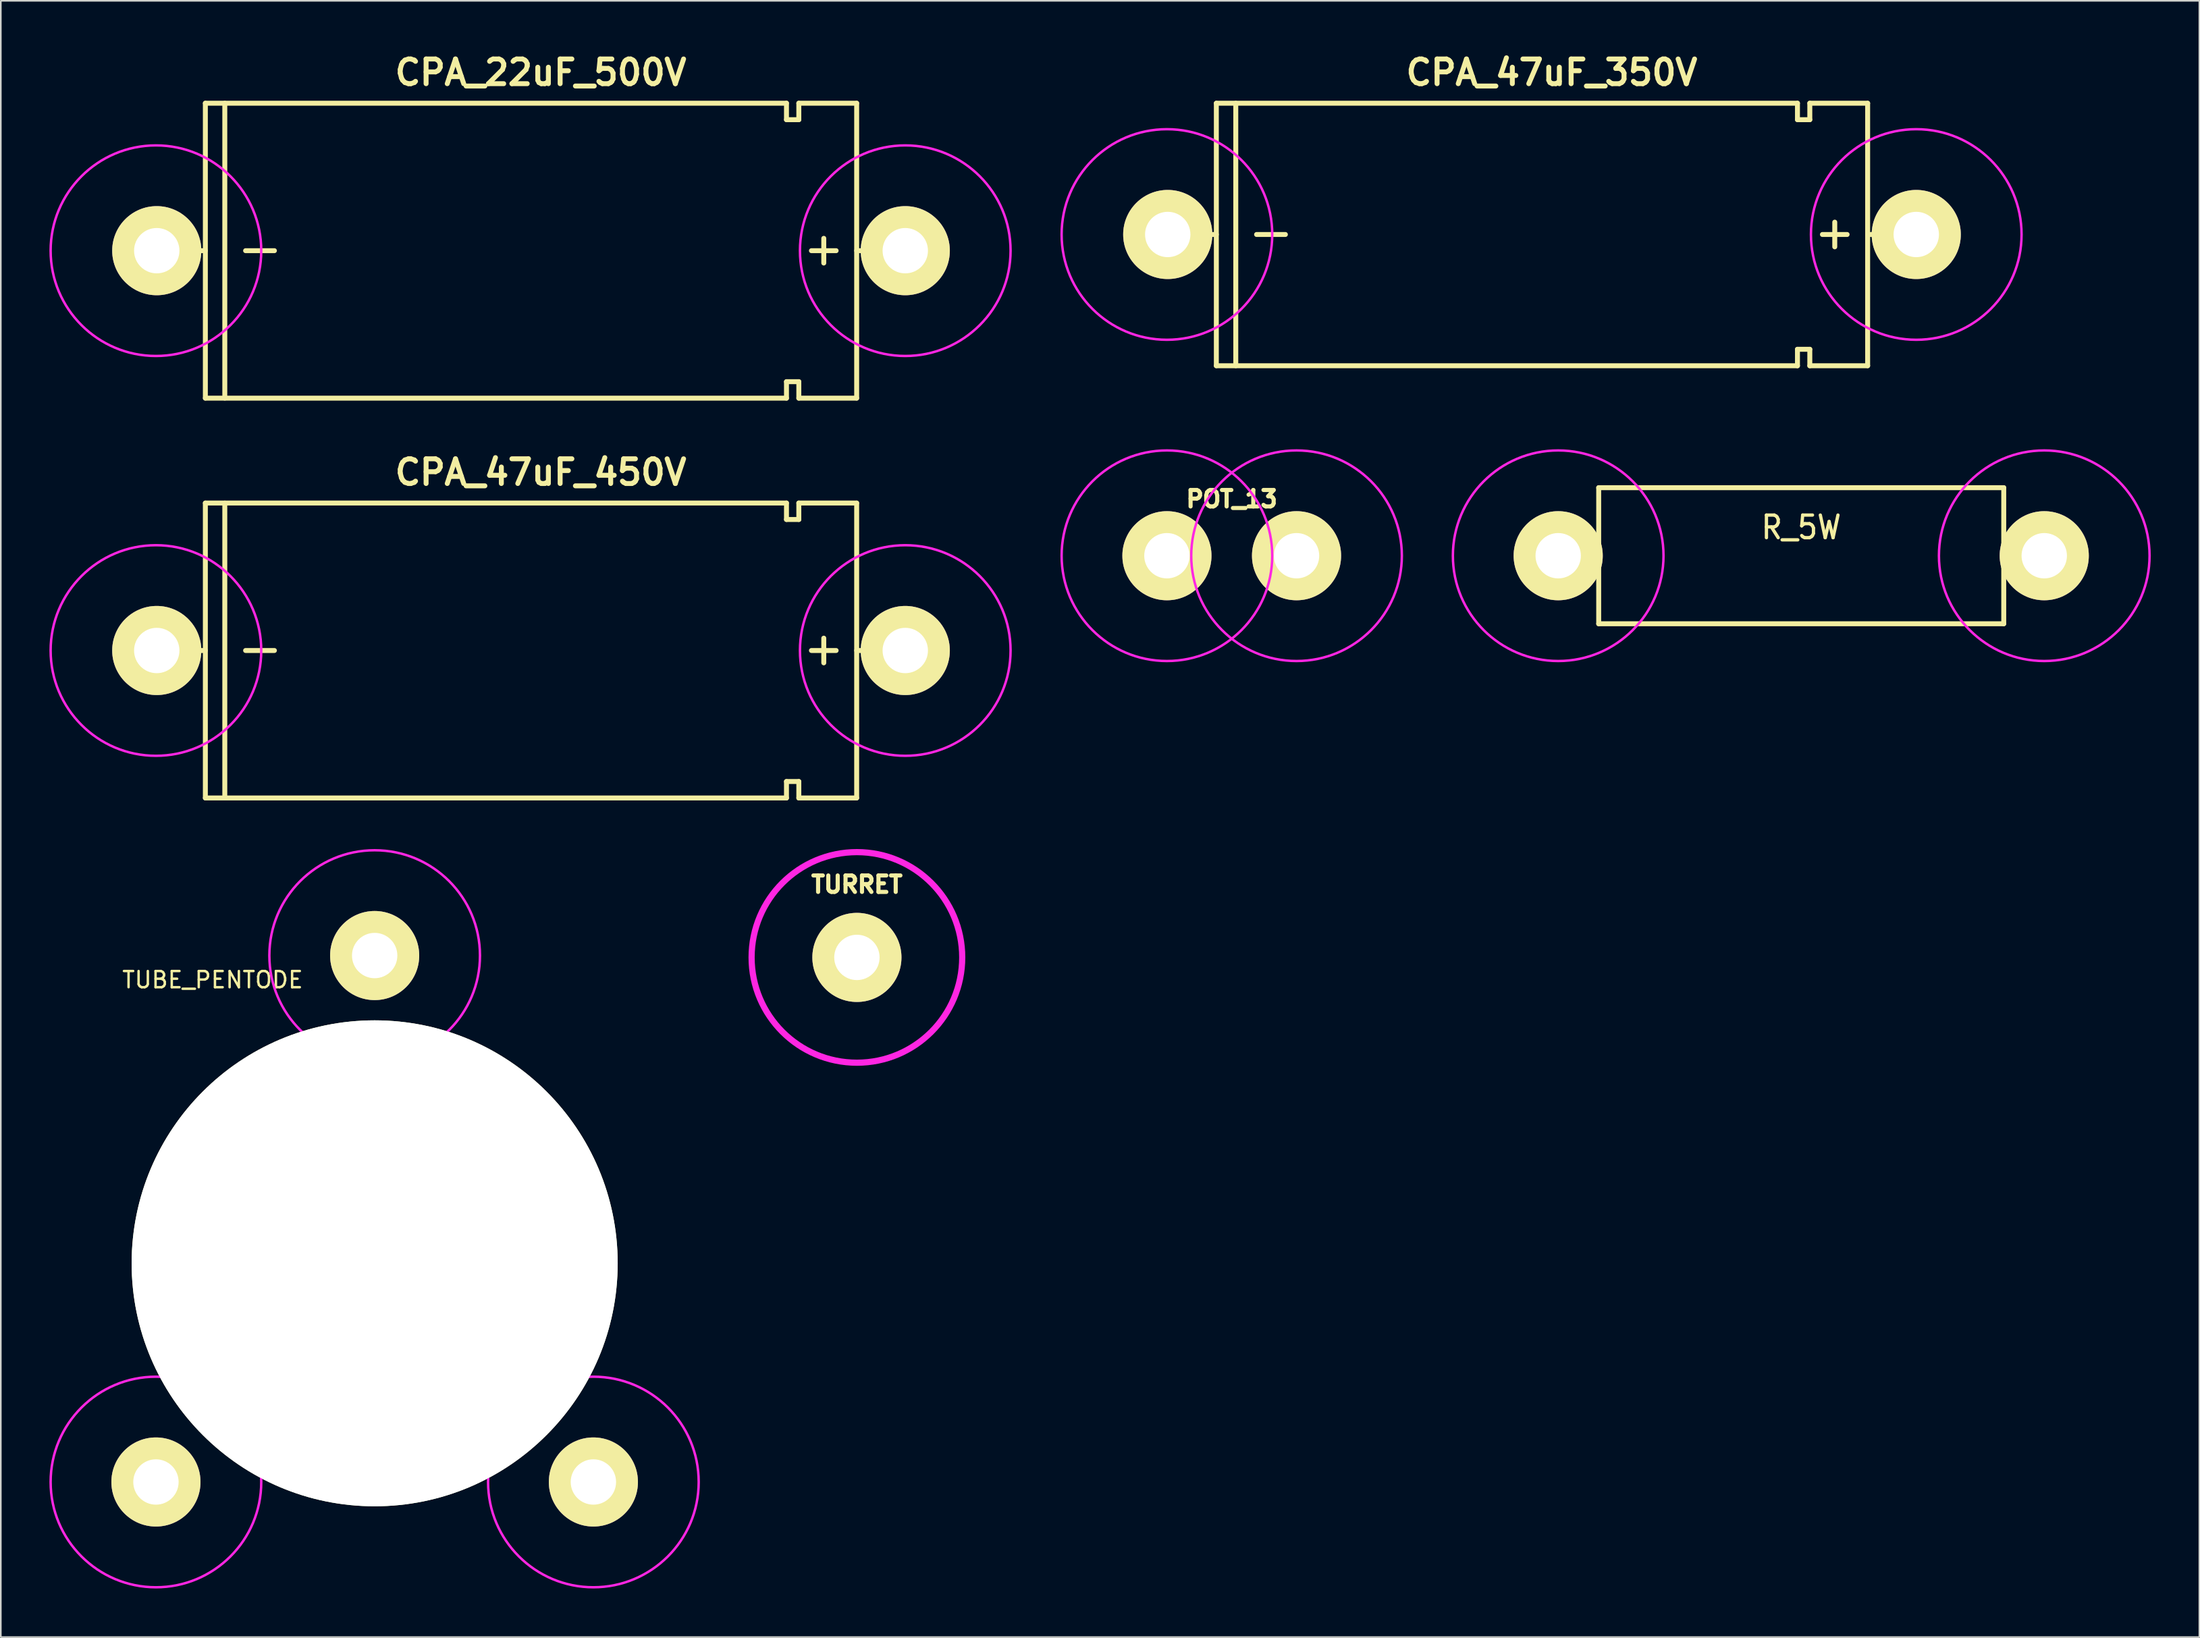
<source format=kicad_pcb>
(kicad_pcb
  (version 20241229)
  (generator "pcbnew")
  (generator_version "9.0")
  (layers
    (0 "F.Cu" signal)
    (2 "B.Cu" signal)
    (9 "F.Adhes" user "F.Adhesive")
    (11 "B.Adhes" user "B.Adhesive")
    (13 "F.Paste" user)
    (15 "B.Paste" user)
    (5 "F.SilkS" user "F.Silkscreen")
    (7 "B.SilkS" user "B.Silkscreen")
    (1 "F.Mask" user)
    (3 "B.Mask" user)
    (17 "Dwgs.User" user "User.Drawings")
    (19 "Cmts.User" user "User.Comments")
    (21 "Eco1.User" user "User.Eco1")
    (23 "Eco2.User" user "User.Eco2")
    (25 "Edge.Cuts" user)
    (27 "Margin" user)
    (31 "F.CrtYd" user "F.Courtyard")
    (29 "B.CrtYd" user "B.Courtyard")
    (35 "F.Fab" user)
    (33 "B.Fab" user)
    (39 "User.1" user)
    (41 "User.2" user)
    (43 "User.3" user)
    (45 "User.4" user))
  (footprint "CPA_47uF_350V"
    (layer "F.Cu")
    (at 92.725 11.426)
    (property "Reference" "CPA_47uF_350V" (at 0 -10 0) (layer "F.SilkS") (effects (font (size 1.524 1.524) (thickness 0.305))))
    (attr through_hole)
    (fp_line (start -20.7 -8.104) (end 15.168 -8.104) (stroke (width 0.305) (type solid)) (layer "F.SilkS"))
    (fp_line (start -20.7 0) (end -23.7 0) (stroke (width 0.305) (type solid)) (layer "F.SilkS"))
    (fp_line (start -20.7 8.1) (end -20.7 -8.1) (stroke (width 0.305) (type solid)) (layer "F.SilkS"))
    (fp_line (start -19.5 -8.1) (end -19.5 8.1) (stroke (width 0.305) (type solid)) (layer "F.SilkS"))
    (fp_line (start -18.216 0) (end -16.438 0) (stroke (width 0.305) (type solid)) (layer "F.SilkS"))
    (fp_line (start 15.168 -8.104) (end 15.168 -7.088) (stroke (width 0.305) (type solid)) (layer "F.SilkS"))
    (fp_line (start 15.168 -7.088) (end 15.93 -7.088) (stroke (width 0.305) (type solid)) (layer "F.SilkS"))
    (fp_line (start 15.168 7.088) (end 15.168 8.104) (stroke (width 0.305) (type solid)) (layer "F.SilkS"))
    (fp_line (start 15.168 8.104) (end -20.7 8.104) (stroke (width 0.305) (type solid)) (layer "F.SilkS"))
    (fp_line (start 15.93 -8.104) (end 19.5 -8.104) (stroke (width 0.305) (type solid)) (layer "F.SilkS"))
    (fp_line (start 15.93 -7.088) (end 15.93 -8.104) (stroke (width 0.305) (type solid)) (layer "F.SilkS"))
    (fp_line (start 15.93 7.088) (end 15.168 7.088) (stroke (width 0.305) (type solid)) (layer "F.SilkS"))
    (fp_line (start 15.93 8.104) (end 15.93 7.088) (stroke (width 0.305) (type solid)) (layer "F.SilkS"))
    (fp_line (start 17.47 0.762) (end 17.47 -0.762) (stroke (width 0.305) (type solid)) (layer "F.SilkS"))
    (fp_line (start 18.232 0) (end 16.708 0) (stroke (width 0.305) (type solid)) (layer "F.SilkS"))
    (fp_line (start 19.5 -8.1) (end 19.5 8.1) (stroke (width 0.305) (type solid)) (layer "F.SilkS"))
    (fp_line (start 19.5 0) (end 22.5 0) (stroke (width 0.305) (type solid)) (layer "F.SilkS"))
    (fp_line (start 19.5 8.104) (end 15.93 8.104) (stroke (width 0.305) (type solid)) (layer "F.SilkS"))
    (fp_circle (center -23.75 0) (end -17.25 0) (stroke (width 0.15) (type solid)) (fill no) (layer "F.CrtYd"))
    (fp_circle (center 22.5 0) (end 29 0) (stroke (width 0.15) (type solid)) (fill no) (layer "F.CrtYd"))
    (pad "1" thru_hole circle (at 22.5 0) (size 5.5 5.5) (drill 2.8) (layers "*.Cu" "*.Mask" "F.SilkS"))
    (pad "2" thru_hole circle (at -23.7 0) (size 5.5 5.5) (drill 2.8) (layers "*.Cu" "*.Mask" "F.SilkS")))
  (footprint "POT_13"
    (layer "F.Cu")
    (at 72.975 31.258)
    (property "Reference" "POT_13" (at 0 -3.5 0) (layer "F.SilkS") (effects (font (size 1.016 1.016) (thickness 0.254))))
    (attr through_hole)
    (fp_circle (center -4 0) (end 2.5 0) (stroke (width 0.15) (type solid)) (fill no) (layer "F.CrtYd"))
    (fp_circle (center 4 0) (end 10.5 0) (stroke (width 0.15) (type solid)) (fill no) (layer "F.CrtYd"))
    (pad "1" thru_hole circle (at -4 0) (size 5.5 5.5) (drill 2.8) (layers "*.Cu" "*.Mask" "F.SilkS"))
    (pad "3" thru_hole circle (at 4 0) (size 5.5 5.5) (drill 2.8) (layers "*.Cu" "*.Mask" "F.SilkS")))
  (footprint "CPA_22uF_500V"
    (layer "F.Cu")
    (at 30.325 12.426)
    (property "Reference" "CPA_22uF_500V" (at 0 -11 0) (layer "F.SilkS") (effects (font (size 1.524 1.524) (thickness 0.305))))
    (attr through_hole)
    (fp_line (start -20.7 -9.104) (end 15.168 -9.104) (stroke (width 0.305) (type solid)) (layer "F.SilkS"))
    (fp_line (start -20.7 0) (end -23.7 0) (stroke (width 0.305) (type solid)) (layer "F.SilkS"))
    (fp_line (start -20.7 9.1) (end -20.7 -9.1) (stroke (width 0.305) (type solid)) (layer "F.SilkS"))
    (fp_line (start -19.5 -9.1) (end -19.5 9.1) (stroke (width 0.305) (type solid)) (layer "F.SilkS"))
    (fp_line (start -18.216 0) (end -16.438 0) (stroke (width 0.305) (type solid)) (layer "F.SilkS"))
    (fp_line (start 15.168 -9.104) (end 15.168 -8.088) (stroke (width 0.305) (type solid)) (layer "F.SilkS"))
    (fp_line (start 15.168 -8.088) (end 15.93 -8.088) (stroke (width 0.305) (type solid)) (layer "F.SilkS"))
    (fp_line (start 15.168 8.088) (end 15.168 9.104) (stroke (width 0.305) (type solid)) (layer "F.SilkS"))
    (fp_line (start 15.168 9.104) (end -20.7 9.104) (stroke (width 0.305) (type solid)) (layer "F.SilkS"))
    (fp_line (start 15.93 -9.104) (end 19.5 -9.104) (stroke (width 0.305) (type solid)) (layer "F.SilkS"))
    (fp_line (start 15.93 -8.088) (end 15.93 -9.104) (stroke (width 0.305) (type solid)) (layer "F.SilkS"))
    (fp_line (start 15.93 8.088) (end 15.168 8.088) (stroke (width 0.305) (type solid)) (layer "F.SilkS"))
    (fp_line (start 15.93 9.104) (end 15.93 8.088) (stroke (width 0.305) (type solid)) (layer "F.SilkS"))
    (fp_line (start 17.47 0.762) (end 17.47 -0.762) (stroke (width 0.305) (type solid)) (layer "F.SilkS"))
    (fp_line (start 18.232 0) (end 16.708 0) (stroke (width 0.305) (type solid)) (layer "F.SilkS"))
    (fp_line (start 19.5 -9.1) (end 19.5 9.1) (stroke (width 0.305) (type solid)) (layer "F.SilkS"))
    (fp_line (start 19.5 0) (end 22.5 0) (stroke (width 0.305) (type solid)) (layer "F.SilkS"))
    (fp_line (start 19.5 9.104) (end 15.93 9.104) (stroke (width 0.305) (type solid)) (layer "F.SilkS"))
    (fp_circle (center -23.75 0) (end -17.25 0) (stroke (width 0.15) (type solid)) (fill no) (layer "F.CrtYd"))
    (fp_circle (center 22.5 0) (end 29 0) (stroke (width 0.15) (type solid)) (fill no) (layer "F.CrtYd"))
    (pad "1" thru_hole circle (at 22.5 0) (size 5.5 5.5) (drill 2.8) (layers "*.Cu" "*.Mask" "F.SilkS"))
    (pad "2" thru_hole circle (at -23.7 0) (size 5.5 5.5) (drill 2.8) (layers "*.Cu" "*.Mask" "F.SilkS")))
  (footprint "TUBE_PENTODE"
    (layer "F.Cu")
    (at 20.075 74.941)
    (property "Reference" "TUBE_PENTODE" (at -10 -17.5 0) (layer "F.SilkS") (effects (font (size 1 1) (thickness 0.15))))
    (attr through_hole)
    (fp_circle (center -13.5 13.5) (end -7 13.5) (stroke (width 0.15) (type solid)) (fill no) (layer "F.CrtYd"))
    (fp_circle (center 0 -19) (end 6.5 -19) (stroke (width 0.15) (type solid)) (fill no) (layer "F.CrtYd"))
    (fp_circle (center 13.5 13.5) (end 20 13.5) (stroke (width 0.15) (type solid)) (fill no) (layer "F.CrtYd"))
    (pad "" np_thru_hole circle (at 0 0) (size 30 30) (drill 30) (layers "*.Cu" "*.Mask" "F.SilkS"))
    (pad "2" thru_hole circle (at -13.5 13.5) (size 5.5 5.5) (drill 2.8) (layers "*.Cu" "*.Mask" "F.SilkS"))
    (pad "3" thru_hole circle (at 0 -19) (size 5.5 5.5) (drill 2.8) (layers "*.Cu" "*.Mask" "F.SilkS"))
    (pad "9" thru_hole circle (at 13.5 13.5) (size 5.5 5.5) (drill 2.8) (layers "*.Cu" "*.Mask" "F.SilkS")))
  (footprint "TURRET"
    (layer "F.Cu")
    (at 49.84 56.056)
    (property "Reference" "TURRET" (at 0 -4.5 0) (layer "F.SilkS") (effects (font (size 1.016 1.016) (thickness 0.254))))
    (attr through_hole)
    (fp_circle (center 0 0) (end 0 -6.5) (stroke (width 0.381) (type solid)) (fill no) (layer "F.CrtYd"))
    (pad "1" thru_hole circle (at 0 0) (size 5.5 5.5) (drill 2.8) (layers "*.Cu" "*.Mask" "F.SilkS")))
  (footprint "CPA_47uF_450V"
    (layer "F.Cu")
    (at 30.325 37.109)
    (property "Reference" "CPA_47uF_450V" (at 0 -11 0) (layer "F.SilkS") (effects (font (size 1.524 1.524) (thickness 0.305))))
    (attr through_hole)
    (fp_line (start -20.7 -9.104) (end 15.168 -9.104) (stroke (width 0.305) (type solid)) (layer "F.SilkS"))
    (fp_line (start -20.7 0) (end -23.7 0) (stroke (width 0.305) (type solid)) (layer "F.SilkS"))
    (fp_line (start -20.7 9.1) (end -20.7 -9.1) (stroke (width 0.305) (type solid)) (layer "F.SilkS"))
    (fp_line (start -19.5 -9.1) (end -19.5 9.1) (stroke (width 0.305) (type solid)) (layer "F.SilkS"))
    (fp_line (start -18.216 0) (end -16.438 0) (stroke (width 0.305) (type solid)) (layer "F.SilkS"))
    (fp_line (start 15.168 -9.104) (end 15.168 -8.088) (stroke (width 0.305) (type solid)) (layer "F.SilkS"))
    (fp_line (start 15.168 -8.088) (end 15.93 -8.088) (stroke (width 0.305) (type solid)) (layer "F.SilkS"))
    (fp_line (start 15.168 8.088) (end 15.168 9.104) (stroke (width 0.305) (type solid)) (layer "F.SilkS"))
    (fp_line (start 15.168 9.104) (end -20.7 9.104) (stroke (width 0.305) (type solid)) (layer "F.SilkS"))
    (fp_line (start 15.93 -9.104) (end 19.5 -9.104) (stroke (width 0.305) (type solid)) (layer "F.SilkS"))
    (fp_line (start 15.93 -8.088) (end 15.93 -9.104) (stroke (width 0.305) (type solid)) (layer "F.SilkS"))
    (fp_line (start 15.93 8.088) (end 15.168 8.088) (stroke (width 0.305) (type solid)) (layer "F.SilkS"))
    (fp_line (start 15.93 9.104) (end 15.93 8.088) (stroke (width 0.305) (type solid)) (layer "F.SilkS"))
    (fp_line (start 17.47 0.762) (end 17.47 -0.762) (stroke (width 0.305) (type solid)) (layer "F.SilkS"))
    (fp_line (start 18.232 0) (end 16.708 0) (stroke (width 0.305) (type solid)) (layer "F.SilkS"))
    (fp_line (start 19.5 -9.1) (end 19.5 9.1) (stroke (width 0.305) (type solid)) (layer "F.SilkS"))
    (fp_line (start 19.5 0) (end 22.5 0) (stroke (width 0.305) (type solid)) (layer "F.SilkS"))
    (fp_line (start 19.5 9.104) (end 15.93 9.104) (stroke (width 0.305) (type solid)) (layer "F.SilkS"))
    (fp_circle (center -23.75 0) (end -17.25 0) (stroke (width 0.15) (type solid)) (fill no) (layer "F.CrtYd"))
    (fp_circle (center 22.5 0) (end 29 0) (stroke (width 0.15) (type solid)) (fill no) (layer "F.CrtYd"))
    (pad "1" thru_hole circle (at 22.5 0) (size 5.5 5.5) (drill 2.8) (layers "*.Cu" "*.Mask" "F.SilkS"))
    (pad "2" thru_hole circle (at -23.7 0) (size 5.5 5.5) (drill 2.8) (layers "*.Cu" "*.Mask" "F.SilkS")))
  (footprint "R_5W"
    (layer "F.Cu")
    (at 108.125 31.258)
    (property "Reference" "R_5W" (at 0 -1.75 0) (layer "F.SilkS") (effects (font (size 1.397 1.27) (thickness 0.203))))
    (attr through_hole)
    (fp_line (start -15 0) (end -12.564 0) (stroke (width 0.305) (type solid)) (layer "F.SilkS"))
    (fp_line (start -12.5 -4.2) (end 12.5 -4.2) (stroke (width 0.305) (type solid)) (layer "F.SilkS"))
    (fp_line (start -12.5 4.2) (end -12.5 -4.2) (stroke (width 0.305) (type solid)) (layer "F.SilkS"))
    (fp_line (start 12.5 -4.2) (end 12.5 4.2) (stroke (width 0.305) (type solid)) (layer "F.SilkS"))
    (fp_line (start 12.5 4.2) (end -12.5 4.2) (stroke (width 0.305) (type solid)) (layer "F.SilkS"))
    (fp_line (start 15 0) (end 12.564 0) (stroke (width 0.305) (type solid)) (layer "F.SilkS"))
    (fp_circle (center -15 0) (end -8.5 0) (stroke (width 0.15) (type solid)) (fill no) (layer "F.CrtYd"))
    (fp_circle (center 15 0) (end 21.5 0) (stroke (width 0.15) (type solid)) (fill no) (layer "F.CrtYd"))
    (pad "1" thru_hole circle (at -15 0) (size 5.5 5.5) (drill 2.8) (layers "*.Cu" "*.Mask" "F.SilkS"))
    (pad "2" thru_hole circle (at 15 0) (size 5.5 5.5) (drill 2.8) (layers "*.Cu" "*.Mask" "F.SilkS")))
  (gr_rect
    (start -3 -3)
    (end 132.7 98.016)
    (stroke (width 0.1) (type default))
    (fill no)
    (layer "Edge.Cuts")))
</source>
